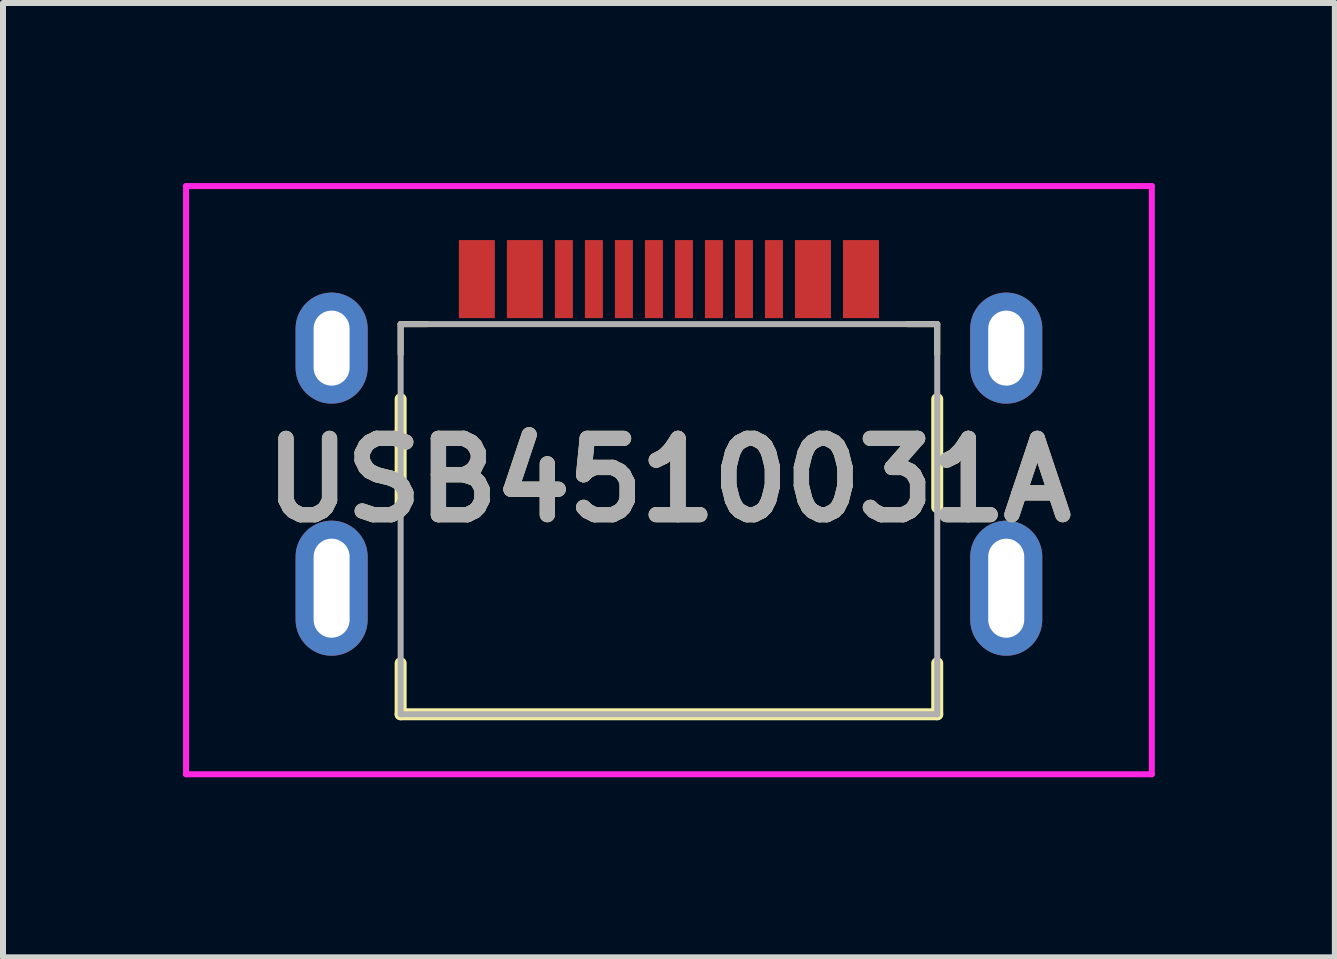
<source format=kicad_pcb>
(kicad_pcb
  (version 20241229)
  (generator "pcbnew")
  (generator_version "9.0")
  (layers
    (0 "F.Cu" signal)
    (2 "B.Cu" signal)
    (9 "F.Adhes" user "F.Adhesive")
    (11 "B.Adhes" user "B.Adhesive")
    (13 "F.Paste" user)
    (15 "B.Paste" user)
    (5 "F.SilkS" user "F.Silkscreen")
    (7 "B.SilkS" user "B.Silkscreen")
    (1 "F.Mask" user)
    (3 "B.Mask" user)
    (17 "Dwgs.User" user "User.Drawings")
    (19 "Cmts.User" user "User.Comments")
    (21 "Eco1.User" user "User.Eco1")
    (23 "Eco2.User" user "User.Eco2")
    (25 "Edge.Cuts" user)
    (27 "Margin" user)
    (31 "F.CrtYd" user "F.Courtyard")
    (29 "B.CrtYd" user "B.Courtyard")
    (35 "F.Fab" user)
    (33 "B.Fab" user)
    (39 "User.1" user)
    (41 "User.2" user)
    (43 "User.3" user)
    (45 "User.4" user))
  (footprint "USB4510031A"
    (layer "F.Cu")
    (at 8.095 5.6)
    (property "Reference" "USB4510031A" (at 0 -0.65 0) (layer "F.SilkS") (effects (font (size 1.27 1.27) (thickness 0.254))))
    (attr through_hole)
    (fp_line (start -4.47 -3.25) (end -4.03 -3.25) (stroke (width 0.1) (type default)) (layer "F.SilkS"))
    (fp_line (start -4.47 -2.75) (end -4.47 -3.25) (stroke (width 0.1) (type default)) (layer "F.SilkS"))
    (fp_line (start -4.47 -2) (end -4.47 -0.2) (stroke (width 0.2) (type solid)) (layer "F.SilkS"))
    (fp_line (start -4.47 3.25) (end -4.47 2.4) (stroke (width 0.2) (type solid)) (layer "F.SilkS"))
    (fp_line (start 3.97 -3.25) (end 4.47 -3.25) (stroke (width 0.1) (type default)) (layer "F.SilkS"))
    (fp_line (start 4.47 -3.25) (end 4.47 -2.75) (stroke (width 0.1) (type default)) (layer "F.SilkS"))
    (fp_line (start 4.47 -2) (end 4.47 -0.2) (stroke (width 0.2) (type solid)) (layer "F.SilkS"))
    (fp_line (start 4.47 2.4) (end 4.47 3.25) (stroke (width 0.2) (type solid)) (layer "F.SilkS"))
    (fp_line (start 4.47 3.25) (end -4.47 3.25) (stroke (width 0.2) (type solid)) (layer "F.SilkS"))
    (fp_line (start -8.045 -5.55) (end 8.045 -5.55) (stroke (width 0.1) (type solid)) (layer "F.CrtYd"))
    (fp_line (start -8.045 4.25) (end -8.045 -5.55) (stroke (width 0.1) (type solid)) (layer "F.CrtYd"))
    (fp_line (start 8.045 -5.55) (end 8.045 4.25) (stroke (width 0.1) (type solid)) (layer "F.CrtYd"))
    (fp_line (start 8.045 4.25) (end -8.045 4.25) (stroke (width 0.1) (type solid)) (layer "F.CrtYd"))
    (fp_line (start -4.47 -3.25) (end -4.47 3.25) (stroke (width 0.1) (type solid)) (layer "F.Fab"))
    (fp_line (start -4.47 3.25) (end 4.47 3.25) (stroke (width 0.1) (type solid)) (layer "F.Fab"))
    (fp_line (start 4.47 -3.25) (end -4.47 -3.25) (stroke (width 0.1) (type solid)) (layer "F.Fab"))
    (fp_line (start 4.47 3.25) (end 4.47 -3.25) (stroke (width 0.1) (type solid)) (layer "F.Fab"))
    (fp_text user "${REFERENCE}" (at 0 -0.65 0) (layer "F.Fab") (effects (font (size 1.27 1.27) (thickness 0.254))))
    (pad "A1" smd rect (at -3.2 -4) (size 0.6 1.3) (layers "F.Cu" "F.Mask" "F.Paste"))
    (pad "A4" smd rect (at -2.4 -4) (size 0.6 1.3) (layers "F.Cu" "F.Mask" "F.Paste"))
    (pad "A5" smd rect (at -1.25 -4) (size 0.3 1.3) (layers "F.Cu" "F.Mask" "F.Paste"))
    (pad "A6" smd rect (at -0.25 -4) (size 0.3 1.3) (layers "F.Cu" "F.Mask" "F.Paste"))
    (pad "A7" smd rect (at 0.25 -4) (size 0.3 1.3) (layers "F.Cu" "F.Mask" "F.Paste"))
    (pad "A8" smd rect (at 1.25 -4) (size 0.3 1.3) (layers "F.Cu" "F.Mask" "F.Paste"))
    (pad "A9" smd rect (at 2.4 -4) (size 0.6 1.3) (layers "F.Cu" "F.Mask" "F.Paste"))
    (pad "A12" smd rect (at 3.2 -4) (size 0.6 1.3) (layers "F.Cu" "F.Mask" "F.Paste"))
    (pad "B5" smd rect (at 1.75 -4) (size 0.3 1.3) (layers "F.Cu" "F.Mask" "F.Paste"))
    (pad "B6" smd rect (at 0.75 -4) (size 0.3 1.3) (layers "F.Cu" "F.Mask" "F.Paste"))
    (pad "B7" smd rect (at -0.75 -4) (size 0.3 1.3) (layers "F.Cu" "F.Mask" "F.Paste"))
    (pad "B8" smd rect (at -1.75 -4) (size 0.3 1.3) (layers "F.Cu" "F.Mask" "F.Paste"))
    (pad "S1" thru_hole oval (at -5.62 -2.85 180) (size 1.2 1.85) (drill oval 0.6 1.25) (layers "*.Cu" "*.Mask"))
    (pad "S1" thru_hole oval (at -5.62 1.15 180) (size 1.2 2.25) (drill oval 0.6 1.65) (layers "*.Cu" "*.Mask"))
    (pad "S1" thru_hole oval (at 5.62 -2.85 180) (size 1.2 1.85) (drill oval 0.6 1.25) (layers "*.Cu" "*.Mask"))
    (pad "S1" thru_hole oval (at 5.62 1.15 180) (size 1.2 2.25) (drill oval 0.6 1.65) (layers "*.Cu" "*.Mask")))
  (gr_rect
    (start -3 -3)
    (end 19.19 12.9)
    (stroke (width 0.1) (type default))
    (fill no)
    (layer "Edge.Cuts")))
</source>
